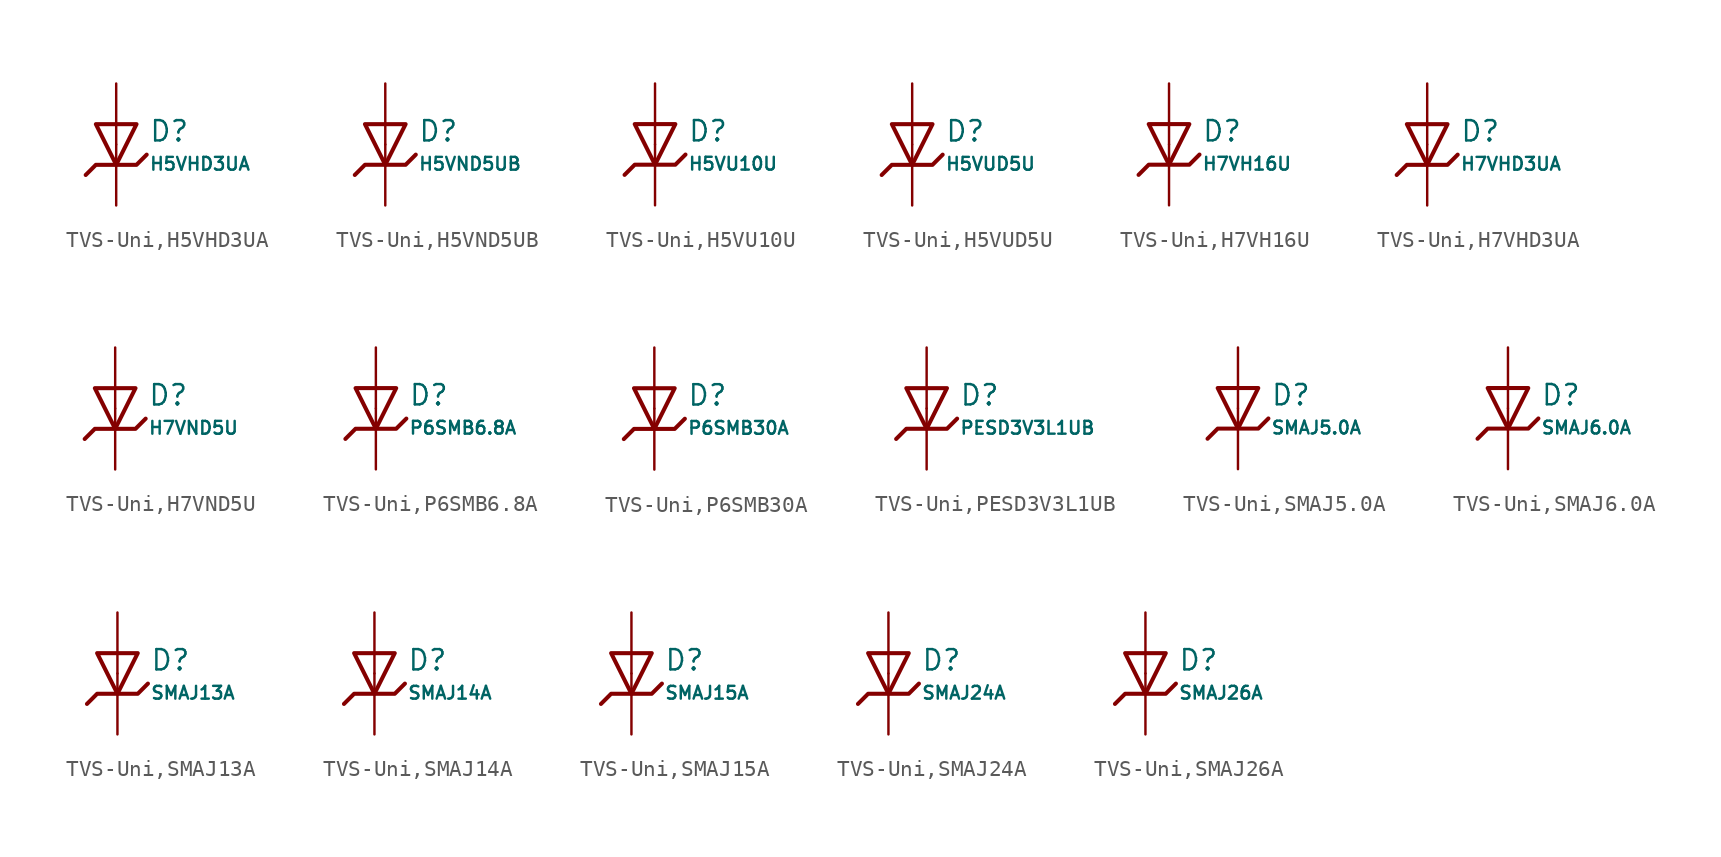
<source format=kicad_sym>
(kicad_symbol_lib
  (version 20231120)
  (generator "CDFER")
  (generator_version "8.0")
  (symbol "TVS-Uni,H5VHD3UA"
    (pin_numbers hide)
    (pin_names
      (offset 0))
    (property "Reference" "D"
      (at 2.032 0.834 0)
      (effects (font (size 1.27 1.27)) (justify left)))
    (property "Value" "H5VHD3UA"
      (at 2.032 -1.212 0)
      (effects (font (size 0.8 0.8)) (justify left)))
    (symbol "TVS-Uni,H5VHD3UA_0_1"
      (polyline (pts (xy -1.27 1.27) (xy 0.00 -1.27) (xy 1.27 1.27) (xy -1.27 1.27)) (stroke (width 0.254) (type default)) (fill (type none))))
    (symbol "TVS-Uni,H5VHD3UA_0_1"
      (polyline (pts (xy -1.905 -1.905) (xy -1.27 -1.27) (xy 1.27 -1.27) (xy 1.905 -0.635)) (stroke (width 0.254) (type default)) (fill (type none))))
    (symbol "TVS-Uni,H5VHD3UA_1_1"
      (pin passive line (at 0 3.81 270) (length 3.81) (name "~" (effects (font (size 1.27 1.27)))) (number "2" (effects (font (size 1.27 1.27)))))
      (pin passive line (at 0 -3.81 90) (length 3.81) (name "~" (effects (font (size 1.27 1.27)))) (number "1" (effects (font (size 1.27 1.27)))))))
  (symbol "TVS-Uni,H5VND5UB"
    (pin_numbers hide)
    (pin_names
      (offset 0))
    (property "Reference" "D"
      (at 2.032 0.834 0)
      (effects (font (size 1.27 1.27)) (justify left)))
    (property "Value" "H5VND5UB"
      (at 2.032 -1.212 0)
      (effects (font (size 0.8 0.8)) (justify left)))
    (symbol "TVS-Uni,H5VND5UB_0_1"
      (polyline (pts (xy -1.27 1.27) (xy 0.00 -1.27) (xy 1.27 1.27) (xy -1.27 1.27)) (stroke (width 0.254) (type default)) (fill (type none))))
    (symbol "TVS-Uni,H5VND5UB_0_1"
      (polyline (pts (xy -1.905 -1.905) (xy -1.27 -1.27) (xy 1.27 -1.27) (xy 1.905 -0.635)) (stroke (width 0.254) (type default)) (fill (type none))))
    (symbol "TVS-Uni,H5VND5UB_1_1"
      (pin passive line (at 0 3.81 270) (length 3.81) (name "~" (effects (font (size 1.27 1.27)))) (number "2" (effects (font (size 1.27 1.27)))))
      (pin passive line (at 0 -3.81 90) (length 3.81) (name "~" (effects (font (size 1.27 1.27)))) (number "1" (effects (font (size 1.27 1.27)))))))
  (symbol "TVS-Uni,H5VU10U"
    (pin_numbers hide)
    (pin_names
      (offset 0))
    (property "Reference" "D"
      (at 2.032 0.834 0)
      (effects (font (size 1.27 1.27)) (justify left)))
    (property "Value" "H5VU10U"
      (at 2.032 -1.212 0)
      (effects (font (size 0.8 0.8)) (justify left)))
    (symbol "TVS-Uni,H5VU10U_0_1"
      (polyline (pts (xy -1.27 1.27) (xy 0.00 -1.27) (xy 1.27 1.27) (xy -1.27 1.27)) (stroke (width 0.254) (type default)) (fill (type none))))
    (symbol "TVS-Uni,H5VU10U_0_1"
      (polyline (pts (xy -1.905 -1.905) (xy -1.27 -1.27) (xy 1.27 -1.27) (xy 1.905 -0.635)) (stroke (width 0.254) (type default)) (fill (type none))))
    (symbol "TVS-Uni,H5VU10U_1_1"
      (pin passive line (at 0 3.81 270) (length 3.81) (name "~" (effects (font (size 1.27 1.27)))) (number "2" (effects (font (size 1.27 1.27)))))
      (pin passive line (at 0 -3.81 90) (length 3.81) (name "~" (effects (font (size 1.27 1.27)))) (number "1" (effects (font (size 1.27 1.27)))))))
  (symbol "TVS-Uni,H5VUD5U"
    (pin_numbers hide)
    (pin_names
      (offset 0))
    (property "Reference" "D"
      (at 2.032 0.834 0)
      (effects (font (size 1.27 1.27)) (justify left)))
    (property "Value" "H5VUD5U"
      (at 2.032 -1.212 0)
      (effects (font (size 0.8 0.8)) (justify left)))
    (symbol "TVS-Uni,H5VUD5U_0_1"
      (polyline (pts (xy -1.27 1.27) (xy 0.00 -1.27) (xy 1.27 1.27) (xy -1.27 1.27)) (stroke (width 0.254) (type default)) (fill (type none))))
    (symbol "TVS-Uni,H5VUD5U_0_1"
      (polyline (pts (xy -1.905 -1.905) (xy -1.27 -1.27) (xy 1.27 -1.27) (xy 1.905 -0.635)) (stroke (width 0.254) (type default)) (fill (type none))))
    (symbol "TVS-Uni,H5VUD5U_1_1"
      (pin passive line (at 0 3.81 270) (length 3.81) (name "~" (effects (font (size 1.27 1.27)))) (number "2" (effects (font (size 1.27 1.27)))))
      (pin passive line (at 0 -3.81 90) (length 3.81) (name "~" (effects (font (size 1.27 1.27)))) (number "1" (effects (font (size 1.27 1.27)))))))
  (symbol "TVS-Uni,H7VH16U"
    (pin_numbers hide)
    (pin_names
      (offset 0))
    (property "Reference" "D"
      (at 2.032 0.834 0)
      (effects (font (size 1.27 1.27)) (justify left)))
    (property "Value" "H7VH16U"
      (at 2.032 -1.212 0)
      (effects (font (size 0.8 0.8)) (justify left)))
    (symbol "TVS-Uni,H7VH16U_0_1"
      (polyline (pts (xy -1.27 1.27) (xy 0.00 -1.27) (xy 1.27 1.27) (xy -1.27 1.27)) (stroke (width 0.254) (type default)) (fill (type none))))
    (symbol "TVS-Uni,H7VH16U_0_1"
      (polyline (pts (xy -1.905 -1.905) (xy -1.27 -1.27) (xy 1.27 -1.27) (xy 1.905 -0.635)) (stroke (width 0.254) (type default)) (fill (type none))))
    (symbol "TVS-Uni,H7VH16U_1_1"
      (pin passive line (at 0 3.81 270) (length 3.81) (name "~" (effects (font (size 1.27 1.27)))) (number "2" (effects (font (size 1.27 1.27)))))
      (pin passive line (at 0 -3.81 90) (length 3.81) (name "~" (effects (font (size 1.27 1.27)))) (number "1" (effects (font (size 1.27 1.27)))))))
  (symbol "TVS-Uni,H7VHD3UA"
    (pin_numbers hide)
    (pin_names
      (offset 0))
    (property "Reference" "D"
      (at 2.032 0.834 0)
      (effects (font (size 1.27 1.27)) (justify left)))
    (property "Value" "H7VHD3UA"
      (at 2.032 -1.212 0)
      (effects (font (size 0.8 0.8)) (justify left)))
    (symbol "TVS-Uni,H7VHD3UA_0_1"
      (polyline (pts (xy -1.27 1.27) (xy 0.00 -1.27) (xy 1.27 1.27) (xy -1.27 1.27)) (stroke (width 0.254) (type default)) (fill (type none))))
    (symbol "TVS-Uni,H7VHD3UA_0_1"
      (polyline (pts (xy -1.905 -1.905) (xy -1.27 -1.27) (xy 1.27 -1.27) (xy 1.905 -0.635)) (stroke (width 0.254) (type default)) (fill (type none))))
    (symbol "TVS-Uni,H7VHD3UA_1_1"
      (pin passive line (at 0 3.81 270) (length 3.81) (name "~" (effects (font (size 1.27 1.27)))) (number "2" (effects (font (size 1.27 1.27)))))
      (pin passive line (at 0 -3.81 90) (length 3.81) (name "~" (effects (font (size 1.27 1.27)))) (number "1" (effects (font (size 1.27 1.27)))))))
  (symbol "TVS-Uni,H7VND5U"
    (pin_numbers hide)
    (pin_names
      (offset 0))
    (property "Reference" "D"
      (at 2.032 0.834 0)
      (effects (font (size 1.27 1.27)) (justify left)))
    (property "Value" "H7VND5U"
      (at 2.032 -1.212 0)
      (effects (font (size 0.8 0.8)) (justify left)))
    (symbol "TVS-Uni,H7VND5U_0_1"
      (polyline (pts (xy -1.27 1.27) (xy 0.00 -1.27) (xy 1.27 1.27) (xy -1.27 1.27)) (stroke (width 0.254) (type default)) (fill (type none))))
    (symbol "TVS-Uni,H7VND5U_0_1"
      (polyline (pts (xy -1.905 -1.905) (xy -1.27 -1.27) (xy 1.27 -1.27) (xy 1.905 -0.635)) (stroke (width 0.254) (type default)) (fill (type none))))
    (symbol "TVS-Uni,H7VND5U_1_1"
      (pin passive line (at 0 3.81 270) (length 3.81) (name "~" (effects (font (size 1.27 1.27)))) (number "2" (effects (font (size 1.27 1.27)))))
      (pin passive line (at 0 -3.81 90) (length 3.81) (name "~" (effects (font (size 1.27 1.27)))) (number "1" (effects (font (size 1.27 1.27)))))))
  (symbol "TVS-Uni,P6SMB6.8A"
    (pin_numbers hide)
    (pin_names
      (offset 0))
    (property "Reference" "D"
      (at 2.032 0.834 0)
      (effects (font (size 1.27 1.27)) (justify left)))
    (property "Value" "P6SMB6.8A"
      (at 2.032 -1.212 0)
      (effects (font (size 0.8 0.8)) (justify left)))
    (symbol "TVS-Uni,P6SMB6.8A_0_1"
      (polyline (pts (xy -1.27 1.27) (xy 0.00 -1.27) (xy 1.27 1.27) (xy -1.27 1.27)) (stroke (width 0.254) (type default)) (fill (type none))))
    (symbol "TVS-Uni,P6SMB6.8A_0_1"
      (polyline (pts (xy -1.905 -1.905) (xy -1.27 -1.27) (xy 1.27 -1.27) (xy 1.905 -0.635)) (stroke (width 0.254) (type default)) (fill (type none))))
    (symbol "TVS-Uni,P6SMB6.8A_1_1"
      (pin passive line (at 0 3.81 270) (length 3.81) (name "~" (effects (font (size 1.27 1.27)))) (number "2" (effects (font (size 1.27 1.27)))))
      (pin passive line (at 0 -3.81 90) (length 3.81) (name "~" (effects (font (size 1.27 1.27)))) (number "1" (effects (font (size 1.27 1.27)))))))
  (symbol "TVS-Uni,P6SMB30A"
    (pin_numbers hide)
    (pin_names
      (offset 0))
    (property "Reference" "D"
      (at 2.032 0.834 0)
      (effects (font (size 1.27 1.27)) (justify left)))
    (property "Value" "P6SMB30A"
      (at 2.032 -1.212 0)
      (effects (font (size 0.8 0.8)) (justify left)))
    (symbol "TVS-Uni,P6SMB30A_0_1"
      (polyline (pts (xy -1.27 1.27) (xy 0.00 -1.27) (xy 1.27 1.27) (xy -1.27 1.27)) (stroke (width 0.254) (type default)) (fill (type none))))
    (symbol "TVS-Uni,P6SMB30A_0_1"
      (polyline (pts (xy -1.905 -1.905) (xy -1.27 -1.27) (xy 1.27 -1.27) (xy 1.905 -0.635)) (stroke (width 0.254) (type default)) (fill (type none))))
    (symbol "TVS-Uni,P6SMB30A_1_1"
      (pin passive line (at 0 3.81 270) (length 3.81) (name "~" (effects (font (size 1.27 1.27)))) (number "2" (effects (font (size 1.27 1.27)))))
      (pin passive line (at 0 -3.81 90) (length 3.81) (name "~" (effects (font (size 1.27 1.27)))) (number "1" (effects (font (size 1.27 1.27)))))))
  (symbol "TVS-Uni,PESD3V3L1UB"
    (pin_numbers hide)
    (pin_names
      (offset 0))
    (property "Reference" "D"
      (at 2.032 0.834 0)
      (effects (font (size 1.27 1.27)) (justify left)))
    (property "Value" "PESD3V3L1UB"
      (at 2.032 -1.212 0)
      (effects (font (size 0.8 0.8)) (justify left)))
    (symbol "TVS-Uni,PESD3V3L1UB_0_1"
      (polyline (pts (xy -1.27 1.27) (xy 0.00 -1.27) (xy 1.27 1.27) (xy -1.27 1.27)) (stroke (width 0.254) (type default)) (fill (type none))))
    (symbol "TVS-Uni,PESD3V3L1UB_0_1"
      (polyline (pts (xy -1.905 -1.905) (xy -1.27 -1.27) (xy 1.27 -1.27) (xy 1.905 -0.635)) (stroke (width 0.254) (type default)) (fill (type none))))
    (symbol "TVS-Uni,PESD3V3L1UB_1_1"
      (pin passive line (at 0 3.81 270) (length 3.81) (name "~" (effects (font (size 1.27 1.27)))) (number "2" (effects (font (size 1.27 1.27)))))
      (pin passive line (at 0 -3.81 90) (length 3.81) (name "~" (effects (font (size 1.27 1.27)))) (number "1" (effects (font (size 1.27 1.27)))))))
  (symbol "TVS-Uni,SMAJ5.0A"
    (pin_numbers hide)
    (pin_names
      (offset 0))
    (property "Reference" "D"
      (at 2.032 0.834 0)
      (effects (font (size 1.27 1.27)) (justify left)))
    (property "Value" "SMAJ5.0A"
      (at 2.032 -1.212 0)
      (effects (font (size 0.8 0.8)) (justify left)))
    (symbol "TVS-Uni,SMAJ5.0A_0_1"
      (polyline (pts (xy -1.27 1.27) (xy 0.00 -1.27) (xy 1.27 1.27) (xy -1.27 1.27)) (stroke (width 0.254) (type default)) (fill (type none))))
    (symbol "TVS-Uni,SMAJ5.0A_0_1"
      (polyline (pts (xy -1.905 -1.905) (xy -1.27 -1.27) (xy 1.27 -1.27) (xy 1.905 -0.635)) (stroke (width 0.254) (type default)) (fill (type none))))
    (symbol "TVS-Uni,SMAJ5.0A_1_1"
      (pin passive line (at 0 3.81 270) (length 3.81) (name "~" (effects (font (size 1.27 1.27)))) (number "2" (effects (font (size 1.27 1.27)))))
      (pin passive line (at 0 -3.81 90) (length 3.81) (name "~" (effects (font (size 1.27 1.27)))) (number "1" (effects (font (size 1.27 1.27)))))))
  (symbol "TVS-Uni,SMAJ6.0A"
    (pin_numbers hide)
    (pin_names
      (offset 0))
    (property "Reference" "D"
      (at 2.032 0.834 0)
      (effects (font (size 1.27 1.27)) (justify left)))
    (property "Value" "SMAJ6.0A"
      (at 2.032 -1.212 0)
      (effects (font (size 0.8 0.8)) (justify left)))
    (symbol "TVS-Uni,SMAJ6.0A_0_1"
      (polyline (pts (xy -1.27 1.27) (xy 0.00 -1.27) (xy 1.27 1.27) (xy -1.27 1.27)) (stroke (width 0.254) (type default)) (fill (type none))))
    (symbol "TVS-Uni,SMAJ6.0A_0_1"
      (polyline (pts (xy -1.905 -1.905) (xy -1.27 -1.27) (xy 1.27 -1.27) (xy 1.905 -0.635)) (stroke (width 0.254) (type default)) (fill (type none))))
    (symbol "TVS-Uni,SMAJ6.0A_1_1"
      (pin passive line (at 0 3.81 270) (length 3.81) (name "~" (effects (font (size 1.27 1.27)))) (number "2" (effects (font (size 1.27 1.27)))))
      (pin passive line (at 0 -3.81 90) (length 3.81) (name "~" (effects (font (size 1.27 1.27)))) (number "1" (effects (font (size 1.27 1.27)))))))
  (symbol "TVS-Uni,SMAJ13A"
    (pin_numbers hide)
    (pin_names
      (offset 0))
    (property "Reference" "D"
      (at 2.032 0.834 0)
      (effects (font (size 1.27 1.27)) (justify left)))
    (property "Value" "SMAJ13A"
      (at 2.032 -1.212 0)
      (effects (font (size 0.8 0.8)) (justify left)))
    (symbol "TVS-Uni,SMAJ13A_0_1"
      (polyline (pts (xy -1.27 1.27) (xy 0.00 -1.27) (xy 1.27 1.27) (xy -1.27 1.27)) (stroke (width 0.254) (type default)) (fill (type none))))
    (symbol "TVS-Uni,SMAJ13A_0_1"
      (polyline (pts (xy -1.905 -1.905) (xy -1.27 -1.27) (xy 1.27 -1.27) (xy 1.905 -0.635)) (stroke (width 0.254) (type default)) (fill (type none))))
    (symbol "TVS-Uni,SMAJ13A_1_1"
      (pin passive line (at 0 3.81 270) (length 3.81) (name "~" (effects (font (size 1.27 1.27)))) (number "2" (effects (font (size 1.27 1.27)))))
      (pin passive line (at 0 -3.81 90) (length 3.81) (name "~" (effects (font (size 1.27 1.27)))) (number "1" (effects (font (size 1.27 1.27)))))))
  (symbol "TVS-Uni,SMAJ14A"
    (pin_numbers hide)
    (pin_names
      (offset 0))
    (property "Reference" "D"
      (at 2.032 0.834 0)
      (effects (font (size 1.27 1.27)) (justify left)))
    (property "Value" "SMAJ14A"
      (at 2.032 -1.212 0)
      (effects (font (size 0.8 0.8)) (justify left)))
    (symbol "TVS-Uni,SMAJ14A_0_1"
      (polyline (pts (xy -1.27 1.27) (xy 0.00 -1.27) (xy 1.27 1.27) (xy -1.27 1.27)) (stroke (width 0.254) (type default)) (fill (type none))))
    (symbol "TVS-Uni,SMAJ14A_0_1"
      (polyline (pts (xy -1.905 -1.905) (xy -1.27 -1.27) (xy 1.27 -1.27) (xy 1.905 -0.635)) (stroke (width 0.254) (type default)) (fill (type none))))
    (symbol "TVS-Uni,SMAJ14A_1_1"
      (pin passive line (at 0 3.81 270) (length 3.81) (name "~" (effects (font (size 1.27 1.27)))) (number "2" (effects (font (size 1.27 1.27)))))
      (pin passive line (at 0 -3.81 90) (length 3.81) (name "~" (effects (font (size 1.27 1.27)))) (number "1" (effects (font (size 1.27 1.27)))))))
  (symbol "TVS-Uni,SMAJ15A"
    (pin_numbers hide)
    (pin_names
      (offset 0))
    (property "Reference" "D"
      (at 2.032 0.834 0)
      (effects (font (size 1.27 1.27)) (justify left)))
    (property "Value" "SMAJ15A"
      (at 2.032 -1.212 0)
      (effects (font (size 0.8 0.8)) (justify left)))
    (symbol "TVS-Uni,SMAJ15A_0_1"
      (polyline (pts (xy -1.27 1.27) (xy 0.00 -1.27) (xy 1.27 1.27) (xy -1.27 1.27)) (stroke (width 0.254) (type default)) (fill (type none))))
    (symbol "TVS-Uni,SMAJ15A_0_1"
      (polyline (pts (xy -1.905 -1.905) (xy -1.27 -1.27) (xy 1.27 -1.27) (xy 1.905 -0.635)) (stroke (width 0.254) (type default)) (fill (type none))))
    (symbol "TVS-Uni,SMAJ15A_1_1"
      (pin passive line (at 0 3.81 270) (length 3.81) (name "~" (effects (font (size 1.27 1.27)))) (number "2" (effects (font (size 1.27 1.27)))))
      (pin passive line (at 0 -3.81 90) (length 3.81) (name "~" (effects (font (size 1.27 1.27)))) (number "1" (effects (font (size 1.27 1.27)))))))
  (symbol "TVS-Uni,SMAJ24A"
    (pin_numbers hide)
    (pin_names
      (offset 0))
    (property "Reference" "D"
      (at 2.032 0.834 0)
      (effects (font (size 1.27 1.27)) (justify left)))
    (property "Value" "SMAJ24A"
      (at 2.032 -1.212 0)
      (effects (font (size 0.8 0.8)) (justify left)))
    (symbol "TVS-Uni,SMAJ24A_0_1"
      (polyline (pts (xy -1.27 1.27) (xy 0.00 -1.27) (xy 1.27 1.27) (xy -1.27 1.27)) (stroke (width 0.254) (type default)) (fill (type none))))
    (symbol "TVS-Uni,SMAJ24A_0_1"
      (polyline (pts (xy -1.905 -1.905) (xy -1.27 -1.27) (xy 1.27 -1.27) (xy 1.905 -0.635)) (stroke (width 0.254) (type default)) (fill (type none))))
    (symbol "TVS-Uni,SMAJ24A_1_1"
      (pin passive line (at 0 3.81 270) (length 3.81) (name "~" (effects (font (size 1.27 1.27)))) (number "2" (effects (font (size 1.27 1.27)))))
      (pin passive line (at 0 -3.81 90) (length 3.81) (name "~" (effects (font (size 1.27 1.27)))) (number "1" (effects (font (size 1.27 1.27)))))))
  (symbol "TVS-Uni,SMAJ26A"
    (pin_numbers hide)
    (pin_names
      (offset 0))
    (property "Reference" "D"
      (at 2.032 0.834 0)
      (effects (font (size 1.27 1.27)) (justify left)))
    (property "Value" "SMAJ26A"
      (at 2.032 -1.212 0)
      (effects (font (size 0.8 0.8)) (justify left)))
    (symbol "TVS-Uni,SMAJ26A_0_1"
      (polyline (pts (xy -1.27 1.27) (xy 0.00 -1.27) (xy 1.27 1.27) (xy -1.27 1.27)) (stroke (width 0.254) (type default)) (fill (type none))))
    (symbol "TVS-Uni,SMAJ26A_0_1"
      (polyline (pts (xy -1.905 -1.905) (xy -1.27 -1.27) (xy 1.27 -1.27) (xy 1.905 -0.635)) (stroke (width 0.254) (type default)) (fill (type none))))
    (symbol "TVS-Uni,SMAJ26A_1_1"
      (pin passive line (at 0 3.81 270) (length 3.81) (name "~" (effects (font (size 1.27 1.27)))) (number "2" (effects (font (size 1.27 1.27)))))
      (pin passive line (at 0 -3.81 90) (length 3.81) (name "~" (effects (font (size 1.27 1.27)))) (number "1" (effects (font (size 1.27 1.27))))))))
</source>
